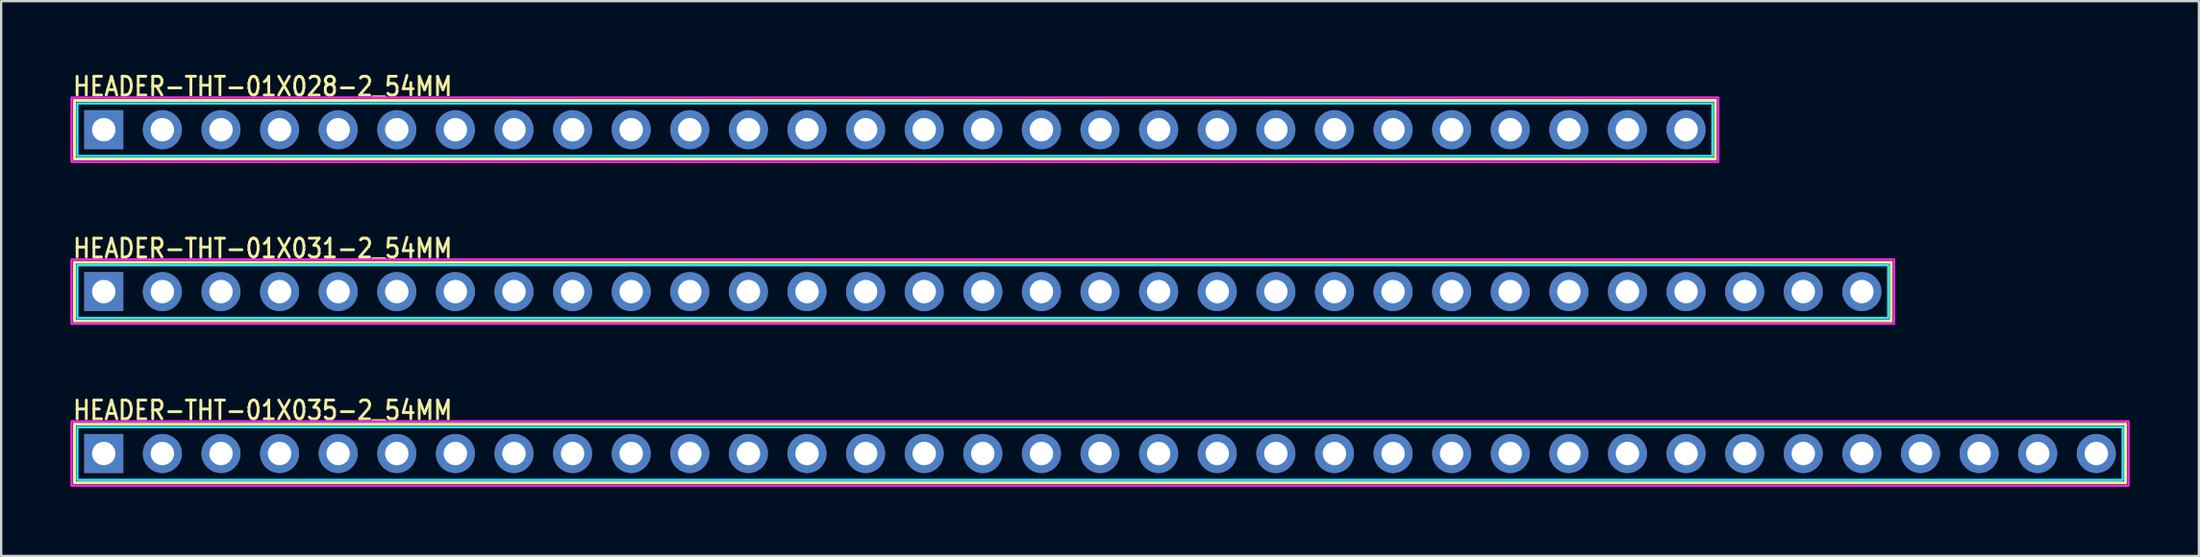
<source format=kicad_pcb>
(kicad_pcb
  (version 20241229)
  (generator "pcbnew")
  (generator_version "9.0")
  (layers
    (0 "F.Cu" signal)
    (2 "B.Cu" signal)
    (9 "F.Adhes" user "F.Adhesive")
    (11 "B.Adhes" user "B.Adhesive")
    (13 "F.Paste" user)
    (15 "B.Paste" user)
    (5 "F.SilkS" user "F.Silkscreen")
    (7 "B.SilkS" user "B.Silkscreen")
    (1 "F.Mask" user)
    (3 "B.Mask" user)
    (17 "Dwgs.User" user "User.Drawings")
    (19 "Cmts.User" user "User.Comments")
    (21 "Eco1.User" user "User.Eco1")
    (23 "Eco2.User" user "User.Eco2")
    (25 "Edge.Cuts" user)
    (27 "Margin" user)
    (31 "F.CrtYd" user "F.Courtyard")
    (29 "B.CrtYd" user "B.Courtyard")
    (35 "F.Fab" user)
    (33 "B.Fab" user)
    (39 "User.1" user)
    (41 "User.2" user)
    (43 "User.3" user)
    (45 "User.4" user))
  (footprint "HEADER-THT-01X031-2_54MM"
    (layer "F.Cu")
    (at 1.447 9.604)
    (property "Reference" "HEADER-THT-01X031-2_54MM" (at -1.4 -1.4 0) (unlocked yes) (layer "F.SilkS") (effects (font (size 0.813 0.695) (thickness 0.122)) (justify left bottom)))
    (fp_line (start -1.27 -1.27) (end -1.27 1.27) (stroke (width 0.127) (type solid)) (layer "F.SilkS"))
    (fp_line (start -1.27 1.27) (end 77.47 1.27) (stroke (width 0.127) (type solid)) (layer "F.SilkS"))
    (fp_line (start 77.47 -1.27) (end -1.27 -1.27) (stroke (width 0.127) (type solid)) (layer "F.SilkS"))
    (fp_line (start 77.47 1.27) (end 77.47 -1.27) (stroke (width 0.127) (type solid)) (layer "F.SilkS"))
    (fp_poly (pts (xy -1.143 -1.143) (xy 77.343 -1.143) (xy 77.343 1.143) (xy -1.143 1.143)) (stroke (width 0.1) (type solid)) (fill no) (layer "B.CrtYd"))
    (fp_poly (pts (xy -1.397 -1.397) (xy 77.597 -1.397) (xy 77.597 1.397) (xy -1.397 1.397)) (stroke (width 0.1) (type solid)) (fill no) (layer "F.CrtYd"))
    (pad "P$1" thru_hole rect (at 0 0) (size 1.693 1.693) (drill 1.016) (layers "*.Cu" "*.Mask"))
    (pad "P$2" thru_hole oval (at 2.54 0) (size 1.693 1.693) (drill 1.016) (layers "*.Cu" "*.Mask"))
    (pad "P$3" thru_hole oval (at 5.08 0) (size 1.693 1.693) (drill 1.016) (layers "*.Cu" "*.Mask"))
    (pad "P$4" thru_hole oval (at 7.62 0) (size 1.693 1.693) (drill 1.016) (layers "*.Cu" "*.Mask"))
    (pad "P$5" thru_hole oval (at 10.16 0) (size 1.693 1.693) (drill 1.016) (layers "*.Cu" "*.Mask"))
    (pad "P$6" thru_hole oval (at 12.7 0) (size 1.693 1.693) (drill 1.016) (layers "*.Cu" "*.Mask"))
    (pad "P$7" thru_hole oval (at 15.24 0) (size 1.693 1.693) (drill 1.016) (layers "*.Cu" "*.Mask"))
    (pad "P$8" thru_hole oval (at 17.78 0) (size 1.693 1.693) (drill 1.016) (layers "*.Cu" "*.Mask"))
    (pad "P$9" thru_hole oval (at 20.32 0) (size 1.693 1.693) (drill 1.016) (layers "*.Cu" "*.Mask"))
    (pad "P$10" thru_hole oval (at 22.86 0) (size 1.693 1.693) (drill 1.016) (layers "*.Cu" "*.Mask"))
    (pad "P$11" thru_hole oval (at 25.4 0) (size 1.693 1.693) (drill 1.016) (layers "*.Cu" "*.Mask"))
    (pad "P$12" thru_hole oval (at 27.94 0) (size 1.693 1.693) (drill 1.016) (layers "*.Cu" "*.Mask"))
    (pad "P$13" thru_hole oval (at 30.48 0) (size 1.693 1.693) (drill 1.016) (layers "*.Cu" "*.Mask"))
    (pad "P$14" thru_hole oval (at 33.02 0) (size 1.693 1.693) (drill 1.016) (layers "*.Cu" "*.Mask"))
    (pad "P$15" thru_hole oval (at 35.56 0) (size 1.693 1.693) (drill 1.016) (layers "*.Cu" "*.Mask"))
    (pad "P$16" thru_hole oval (at 38.1 0) (size 1.693 1.693) (drill 1.016) (layers "*.Cu" "*.Mask"))
    (pad "P$17" thru_hole oval (at 40.64 0) (size 1.693 1.693) (drill 1.016) (layers "*.Cu" "*.Mask"))
    (pad "P$18" thru_hole oval (at 43.18 0) (size 1.693 1.693) (drill 1.016) (layers "*.Cu" "*.Mask"))
    (pad "P$19" thru_hole oval (at 45.72 0) (size 1.693 1.693) (drill 1.016) (layers "*.Cu" "*.Mask"))
    (pad "P$20" thru_hole oval (at 48.26 0) (size 1.693 1.693) (drill 1.016) (layers "*.Cu" "*.Mask"))
    (pad "P$21" thru_hole oval (at 50.8 0) (size 1.693 1.693) (drill 1.016) (layers "*.Cu" "*.Mask"))
    (pad "P$22" thru_hole oval (at 53.34 0) (size 1.693 1.693) (drill 1.016) (layers "*.Cu" "*.Mask"))
    (pad "P$23" thru_hole oval (at 55.88 0) (size 1.693 1.693) (drill 1.016) (layers "*.Cu" "*.Mask"))
    (pad "P$24" thru_hole oval (at 58.42 0) (size 1.693 1.693) (drill 1.016) (layers "*.Cu" "*.Mask"))
    (pad "P$25" thru_hole oval (at 60.96 0) (size 1.693 1.693) (drill 1.016) (layers "*.Cu" "*.Mask"))
    (pad "P$26" thru_hole oval (at 63.5 0) (size 1.693 1.693) (drill 1.016) (layers "*.Cu" "*.Mask"))
    (pad "P$27" thru_hole oval (at 66.04 0) (size 1.693 1.693) (drill 1.016) (layers "*.Cu" "*.Mask"))
    (pad "P$28" thru_hole oval (at 68.58 0) (size 1.693 1.693) (drill 1.016) (layers "*.Cu" "*.Mask"))
    (pad "P$29" thru_hole oval (at 71.12 0) (size 1.693 1.693) (drill 1.016) (layers "*.Cu" "*.Mask"))
    (pad "P$30" thru_hole oval (at 73.66 0) (size 1.693 1.693) (drill 1.016) (layers "*.Cu" "*.Mask"))
    (pad "P$31" thru_hole oval (at 76.2 0) (size 1.693 1.693) (drill 1.016) (layers "*.Cu" "*.Mask")))
  (footprint "HEADER-THT-01X028-2_54MM"
    (layer "F.Cu")
    (at 1.447 2.579)
    (property "Reference" "HEADER-THT-01X028-2_54MM" (at -1.4 -1.4 0) (unlocked yes) (layer "F.SilkS") (effects (font (size 0.813 0.695) (thickness 0.122)) (justify left bottom)))
    (fp_line (start -1.27 -1.27) (end -1.27 1.27) (stroke (width 0.127) (type solid)) (layer "F.SilkS"))
    (fp_line (start -1.27 1.27) (end 69.85 1.27) (stroke (width 0.127) (type solid)) (layer "F.SilkS"))
    (fp_line (start 69.85 -1.27) (end -1.27 -1.27) (stroke (width 0.127) (type solid)) (layer "F.SilkS"))
    (fp_line (start 69.85 1.27) (end 69.85 -1.27) (stroke (width 0.127) (type solid)) (layer "F.SilkS"))
    (fp_poly (pts (xy -1.143 -1.143) (xy 69.723 -1.143) (xy 69.723 1.143) (xy -1.143 1.143)) (stroke (width 0.1) (type solid)) (fill no) (layer "B.CrtYd"))
    (fp_poly (pts (xy -1.397 -1.397) (xy 69.977 -1.397) (xy 69.977 1.397) (xy -1.397 1.397)) (stroke (width 0.1) (type solid)) (fill no) (layer "F.CrtYd"))
    (pad "P$1" thru_hole rect (at 0 0) (size 1.693 1.693) (drill 1.016) (layers "*.Cu" "*.Mask"))
    (pad "P$2" thru_hole oval (at 2.54 0) (size 1.693 1.693) (drill 1.016) (layers "*.Cu" "*.Mask"))
    (pad "P$3" thru_hole oval (at 5.08 0) (size 1.693 1.693) (drill 1.016) (layers "*.Cu" "*.Mask"))
    (pad "P$4" thru_hole oval (at 7.62 0) (size 1.693 1.693) (drill 1.016) (layers "*.Cu" "*.Mask"))
    (pad "P$5" thru_hole oval (at 10.16 0) (size 1.693 1.693) (drill 1.016) (layers "*.Cu" "*.Mask"))
    (pad "P$6" thru_hole oval (at 12.7 0) (size 1.693 1.693) (drill 1.016) (layers "*.Cu" "*.Mask"))
    (pad "P$7" thru_hole oval (at 15.24 0) (size 1.693 1.693) (drill 1.016) (layers "*.Cu" "*.Mask"))
    (pad "P$8" thru_hole oval (at 17.78 0) (size 1.693 1.693) (drill 1.016) (layers "*.Cu" "*.Mask"))
    (pad "P$9" thru_hole oval (at 20.32 0) (size 1.693 1.693) (drill 1.016) (layers "*.Cu" "*.Mask"))
    (pad "P$10" thru_hole oval (at 22.86 0) (size 1.693 1.693) (drill 1.016) (layers "*.Cu" "*.Mask"))
    (pad "P$11" thru_hole oval (at 25.4 0) (size 1.693 1.693) (drill 1.016) (layers "*.Cu" "*.Mask"))
    (pad "P$12" thru_hole oval (at 27.94 0) (size 1.693 1.693) (drill 1.016) (layers "*.Cu" "*.Mask"))
    (pad "P$13" thru_hole oval (at 30.48 0) (size 1.693 1.693) (drill 1.016) (layers "*.Cu" "*.Mask"))
    (pad "P$14" thru_hole oval (at 33.02 0) (size 1.693 1.693) (drill 1.016) (layers "*.Cu" "*.Mask"))
    (pad "P$15" thru_hole oval (at 35.56 0) (size 1.693 1.693) (drill 1.016) (layers "*.Cu" "*.Mask"))
    (pad "P$16" thru_hole oval (at 38.1 0) (size 1.693 1.693) (drill 1.016) (layers "*.Cu" "*.Mask"))
    (pad "P$17" thru_hole oval (at 40.64 0) (size 1.693 1.693) (drill 1.016) (layers "*.Cu" "*.Mask"))
    (pad "P$18" thru_hole oval (at 43.18 0) (size 1.693 1.693) (drill 1.016) (layers "*.Cu" "*.Mask"))
    (pad "P$19" thru_hole oval (at 45.72 0) (size 1.693 1.693) (drill 1.016) (layers "*.Cu" "*.Mask"))
    (pad "P$20" thru_hole oval (at 48.26 0) (size 1.693 1.693) (drill 1.016) (layers "*.Cu" "*.Mask"))
    (pad "P$21" thru_hole oval (at 50.8 0) (size 1.693 1.693) (drill 1.016) (layers "*.Cu" "*.Mask"))
    (pad "P$22" thru_hole oval (at 53.34 0) (size 1.693 1.693) (drill 1.016) (layers "*.Cu" "*.Mask"))
    (pad "P$23" thru_hole oval (at 55.88 0) (size 1.693 1.693) (drill 1.016) (layers "*.Cu" "*.Mask"))
    (pad "P$24" thru_hole oval (at 58.42 0) (size 1.693 1.693) (drill 1.016) (layers "*.Cu" "*.Mask"))
    (pad "P$25" thru_hole oval (at 60.96 0) (size 1.693 1.693) (drill 1.016) (layers "*.Cu" "*.Mask"))
    (pad "P$26" thru_hole oval (at 63.5 0) (size 1.693 1.693) (drill 1.016) (layers "*.Cu" "*.Mask"))
    (pad "P$27" thru_hole oval (at 66.04 0) (size 1.693 1.693) (drill 1.016) (layers "*.Cu" "*.Mask"))
    (pad "P$28" thru_hole oval (at 68.58 0) (size 1.693 1.693) (drill 1.016) (layers "*.Cu" "*.Mask")))
  (footprint "HEADER-THT-01X035-2_54MM"
    (layer "F.Cu")
    (at 1.447 16.63)
    (property "Reference" "HEADER-THT-01X035-2_54MM" (at -1.4 -1.4 0) (unlocked yes) (layer "F.SilkS") (effects (font (size 0.813 0.695) (thickness 0.122)) (justify left bottom)))
    (fp_line (start -1.27 -1.27) (end -1.27 1.27) (stroke (width 0.127) (type solid)) (layer "F.SilkS"))
    (fp_line (start -1.27 1.27) (end 87.63 1.27) (stroke (width 0.127) (type solid)) (layer "F.SilkS"))
    (fp_line (start 87.63 -1.27) (end -1.27 -1.27) (stroke (width 0.127) (type solid)) (layer "F.SilkS"))
    (fp_line (start 87.63 1.27) (end 87.63 -1.27) (stroke (width 0.127) (type solid)) (layer "F.SilkS"))
    (fp_poly (pts (xy -1.143 -1.143) (xy 87.503 -1.143) (xy 87.503 1.143) (xy -1.143 1.143)) (stroke (width 0.1) (type solid)) (fill no) (layer "B.CrtYd"))
    (fp_poly (pts (xy -1.397 -1.397) (xy 87.757 -1.397) (xy 87.757 1.397) (xy -1.397 1.397)) (stroke (width 0.1) (type solid)) (fill no) (layer "F.CrtYd"))
    (pad "P$1" thru_hole rect (at 0 0) (size 1.693 1.693) (drill 1.016) (layers "*.Cu" "*.Mask"))
    (pad "P$2" thru_hole oval (at 2.54 0) (size 1.693 1.693) (drill 1.016) (layers "*.Cu" "*.Mask"))
    (pad "P$3" thru_hole oval (at 5.08 0) (size 1.693 1.693) (drill 1.016) (layers "*.Cu" "*.Mask"))
    (pad "P$4" thru_hole oval (at 7.62 0) (size 1.693 1.693) (drill 1.016) (layers "*.Cu" "*.Mask"))
    (pad "P$5" thru_hole oval (at 10.16 0) (size 1.693 1.693) (drill 1.016) (layers "*.Cu" "*.Mask"))
    (pad "P$6" thru_hole oval (at 12.7 0) (size 1.693 1.693) (drill 1.016) (layers "*.Cu" "*.Mask"))
    (pad "P$7" thru_hole oval (at 15.24 0) (size 1.693 1.693) (drill 1.016) (layers "*.Cu" "*.Mask"))
    (pad "P$8" thru_hole oval (at 17.78 0) (size 1.693 1.693) (drill 1.016) (layers "*.Cu" "*.Mask"))
    (pad "P$9" thru_hole oval (at 20.32 0) (size 1.693 1.693) (drill 1.016) (layers "*.Cu" "*.Mask"))
    (pad "P$10" thru_hole oval (at 22.86 0) (size 1.693 1.693) (drill 1.016) (layers "*.Cu" "*.Mask"))
    (pad "P$11" thru_hole oval (at 25.4 0) (size 1.693 1.693) (drill 1.016) (layers "*.Cu" "*.Mask"))
    (pad "P$12" thru_hole oval (at 27.94 0) (size 1.693 1.693) (drill 1.016) (layers "*.Cu" "*.Mask"))
    (pad "P$13" thru_hole oval (at 30.48 0) (size 1.693 1.693) (drill 1.016) (layers "*.Cu" "*.Mask"))
    (pad "P$14" thru_hole oval (at 33.02 0) (size 1.693 1.693) (drill 1.016) (layers "*.Cu" "*.Mask"))
    (pad "P$15" thru_hole oval (at 35.56 0) (size 1.693 1.693) (drill 1.016) (layers "*.Cu" "*.Mask"))
    (pad "P$16" thru_hole oval (at 38.1 0) (size 1.693 1.693) (drill 1.016) (layers "*.Cu" "*.Mask"))
    (pad "P$17" thru_hole oval (at 40.64 0) (size 1.693 1.693) (drill 1.016) (layers "*.Cu" "*.Mask"))
    (pad "P$18" thru_hole oval (at 43.18 0) (size 1.693 1.693) (drill 1.016) (layers "*.Cu" "*.Mask"))
    (pad "P$19" thru_hole oval (at 45.72 0) (size 1.693 1.693) (drill 1.016) (layers "*.Cu" "*.Mask"))
    (pad "P$20" thru_hole oval (at 48.26 0) (size 1.693 1.693) (drill 1.016) (layers "*.Cu" "*.Mask"))
    (pad "P$21" thru_hole oval (at 50.8 0) (size 1.693 1.693) (drill 1.016) (layers "*.Cu" "*.Mask"))
    (pad "P$22" thru_hole oval (at 53.34 0) (size 1.693 1.693) (drill 1.016) (layers "*.Cu" "*.Mask"))
    (pad "P$23" thru_hole oval (at 55.88 0) (size 1.693 1.693) (drill 1.016) (layers "*.Cu" "*.Mask"))
    (pad "P$24" thru_hole oval (at 58.42 0) (size 1.693 1.693) (drill 1.016) (layers "*.Cu" "*.Mask"))
    (pad "P$25" thru_hole oval (at 60.96 0) (size 1.693 1.693) (drill 1.016) (layers "*.Cu" "*.Mask"))
    (pad "P$26" thru_hole oval (at 63.5 0) (size 1.693 1.693) (drill 1.016) (layers "*.Cu" "*.Mask"))
    (pad "P$27" thru_hole oval (at 66.04 0) (size 1.693 1.693) (drill 1.016) (layers "*.Cu" "*.Mask"))
    (pad "P$28" thru_hole oval (at 68.58 0) (size 1.693 1.693) (drill 1.016) (layers "*.Cu" "*.Mask"))
    (pad "P$29" thru_hole oval (at 71.12 0) (size 1.693 1.693) (drill 1.016) (layers "*.Cu" "*.Mask"))
    (pad "P$30" thru_hole oval (at 73.66 0) (size 1.693 1.693) (drill 1.016) (layers "*.Cu" "*.Mask"))
    (pad "P$31" thru_hole oval (at 76.2 0) (size 1.693 1.693) (drill 1.016) (layers "*.Cu" "*.Mask"))
    (pad "P$32" thru_hole oval (at 78.74 0) (size 1.693 1.693) (drill 1.016) (layers "*.Cu" "*.Mask"))
    (pad "P$33" thru_hole oval (at 81.28 0) (size 1.693 1.693) (drill 1.016) (layers "*.Cu" "*.Mask"))
    (pad "P$34" thru_hole oval (at 83.82 0) (size 1.693 1.693) (drill 1.016) (layers "*.Cu" "*.Mask"))
    (pad "P$35" thru_hole oval (at 86.36 0) (size 1.693 1.693) (drill 1.016) (layers "*.Cu" "*.Mask")))
  (gr_rect
    (start -3 -3)
    (end 92.254 21.077)
    (stroke (width 0.1) (type default))
    (fill no)
    (layer "Edge.Cuts")))
</source>
